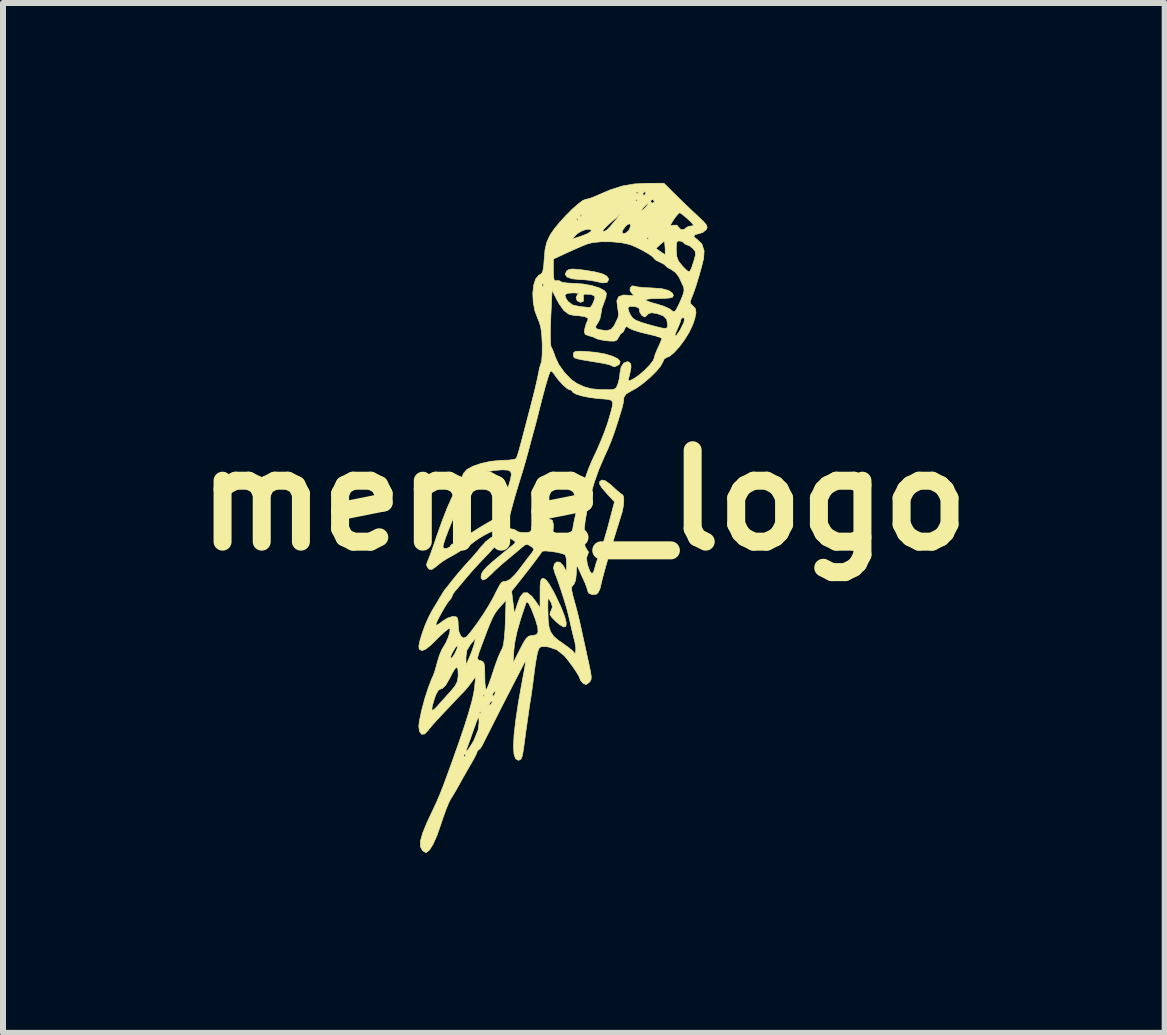
<source format=kicad_pcb>
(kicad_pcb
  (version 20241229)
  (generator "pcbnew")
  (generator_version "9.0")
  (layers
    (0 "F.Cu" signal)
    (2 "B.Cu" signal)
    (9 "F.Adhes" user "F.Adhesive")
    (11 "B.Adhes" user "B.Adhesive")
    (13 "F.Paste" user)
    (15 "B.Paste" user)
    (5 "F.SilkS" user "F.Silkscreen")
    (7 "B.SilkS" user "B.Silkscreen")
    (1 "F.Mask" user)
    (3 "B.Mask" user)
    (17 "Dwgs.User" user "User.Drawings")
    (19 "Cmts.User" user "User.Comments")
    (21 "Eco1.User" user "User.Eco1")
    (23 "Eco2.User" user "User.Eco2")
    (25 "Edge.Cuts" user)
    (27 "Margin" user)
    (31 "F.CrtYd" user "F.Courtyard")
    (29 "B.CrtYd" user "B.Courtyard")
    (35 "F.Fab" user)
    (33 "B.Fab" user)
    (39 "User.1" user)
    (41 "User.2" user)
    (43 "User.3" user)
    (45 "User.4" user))
  (footprint "meme_logo"
    (layer "F.Cu")
    (at 6.684 5.291)
    (property "Reference" "meme_logo" (at 0 0 0) (layer "F.SilkS") (effects (font (size 1.524 1.524) (thickness 0.3))))
    (attr through_hole)
    (fp_poly (pts (xy -0.098 -3.85) (xy 0 -3.838) (xy 0.181 -3.809) (xy 0.305 -3.777) (xy 0.379 -3.74) (xy 0.411 -3.696) (xy 0.413 -3.679) (xy 0.387 -3.633) (xy 0.312 -3.624) (xy 0.191 -3.651) (xy 0.114 -3.666) (xy 0.004 -3.677) (xy -0.068 -3.68) (xy -0.197 -3.693) (xy -0.28 -3.723) (xy -0.312 -3.768) (xy -0.286 -3.823) (xy -0.283 -3.826) (xy -0.248 -3.848) (xy -0.191 -3.856) (xy -0.098 -3.85)) (stroke (width 0.01) (type solid)) (fill yes) (layer "F.SilkS"))
    (fp_poly (pts (xy 0.016 -2.483) (xy 0.195 -2.467) (xy 0.351 -2.44) (xy 0.476 -2.403) (xy 0.563 -2.361) (xy 0.605 -2.316) (xy 0.593 -2.271) (xy 0.572 -2.254) (xy 0.512 -2.225) (xy 0.472 -2.238) (xy 0.466 -2.244) (xy 0.425 -2.26) (xy 0.342 -2.28) (xy 0.262 -2.294) (xy 0.089 -2.322) (xy -0.031 -2.342) (xy -0.108 -2.359) (xy -0.151 -2.374) (xy -0.17 -2.391) (xy -0.174 -2.413) (xy -0.175 -2.429) (xy -0.168 -2.464) (xy -0.14 -2.482) (xy -0.075 -2.486) (xy 0.016 -2.483)) (stroke (width 0.01) (type solid)) (fill yes) (layer "F.SilkS"))
    (fp_poly (pts (xy 1.533 -5.089) (xy 1.652 -4.973) (xy 1.781 -4.849) (xy 1.895 -4.743) (xy 1.905 -4.733) (xy 1.995 -4.648) (xy 2.043 -4.591) (xy 2.056 -4.551) (xy 2.045 -4.518) (xy 1.987 -4.468) (xy 1.934 -4.45) (xy 1.853 -4.429) (xy 1.833 -4.397) (xy 1.876 -4.357) (xy 1.887 -4.351) (xy 1.968 -4.274) (xy 2.005 -4.159) (xy 1.997 -4.032) (xy 1.964 -3.898) (xy 1.92 -3.741) (xy 1.872 -3.584) (xy 1.827 -3.453) (xy 1.805 -3.397) (xy 1.776 -3.322) (xy 1.777 -3.281) (xy 1.809 -3.249) (xy 1.815 -3.245) (xy 1.859 -3.196) (xy 1.87 -3.126) (xy 1.848 -3.022) (xy 1.814 -2.925) (xy 1.756 -2.802) (xy 1.678 -2.675) (xy 1.59 -2.557) (xy 1.502 -2.461) (xy 1.425 -2.398) (xy 1.377 -2.381) (xy 1.338 -2.354) (xy 1.315 -2.303) (xy 1.277 -2.234) (xy 1.2 -2.143) (xy 1.098 -2.043) (xy 0.984 -1.947) (xy 0.874 -1.869) (xy 0.801 -1.829) (xy 0.706 -1.774) (xy 0.668 -1.719) (xy 0.667 -1.704) (xy 0.658 -1.627) (xy 0.638 -1.542) (xy 0.57 -1.32) (xy 0.512 -1.143) (xy 0.458 -0.995) (xy 0.402 -0.858) (xy 0.337 -0.717) (xy 0.336 -0.714) (xy 0.25 -0.514) (xy 0.174 -0.299) (xy 0.109 -0.077) (xy 0.058 0.141) (xy 0.022 0.345) (xy 0.003 0.525) (xy 0.003 0.672) (xy 0.023 0.776) (xy 0.046 0.813) (xy 0.079 0.865) (xy 0.063 0.906) (xy 0.044 0.96) (xy 0.056 1.051) (xy 0.062 1.076) (xy 0.097 1.177) (xy 0.13 1.22) (xy 0.159 1.203) (xy 0.176 1.152) (xy 0.203 1.053) (xy 0.227 0.984) (xy 0.279 0.848) (xy 0.332 0.682) (xy 0.393 0.472) (xy 0.428 0.339) (xy 0.511 0.026) (xy 0.383 -0.113) (xy 0.299 -0.21) (xy 0.261 -0.274) (xy 0.265 -0.314) (xy 0.302 -0.338) (xy 0.354 -0.327) (xy 0.434 -0.271) (xy 0.484 -0.226) (xy 0.56 -0.156) (xy 0.619 -0.108) (xy 0.643 -0.095) (xy 0.66 -0.068) (xy 0.666 0.002) (xy 0.659 0.094) (xy 0.641 0.187) (xy 0.636 0.204) (xy 0.526 0.559) (xy 0.436 0.857) (xy 0.365 1.101) (xy 0.313 1.292) (xy 0.278 1.435) (xy 0.272 1.465) (xy 0.242 1.534) (xy 0.207 1.567) (xy 0.137 1.573) (xy 0.081 1.547) (xy 0.064 1.511) (xy 0.051 1.46) (xy 0.02 1.378) (xy 0.006 1.347) (xy -0.04 1.248) (xy -0.08 1.159) (xy -0.087 1.143) (xy -0.108 1.102) (xy -0.119 1.106) (xy -0.124 1.162) (xy -0.125 1.219) (xy -0.137 1.334) (xy -0.167 1.403) (xy -0.174 1.409) (xy -0.194 1.429) (xy -0.204 1.455) (xy -0.202 1.501) (xy -0.186 1.577) (xy -0.154 1.695) (xy -0.127 1.794) (xy -0.103 1.886) (xy -0.072 2.015) (xy -0.04 2.157) (xy -0.033 2.191) (xy 0.004 2.36) (xy 0.045 2.549) (xy 0.082 2.718) (xy 0.083 2.723) (xy 0.11 2.852) (xy 0.123 2.934) (xy 0.121 2.984) (xy 0.105 3.018) (xy 0.088 3.037) (xy 0.039 3.072) (xy -0.006 3.056) (xy -0.014 3.049) (xy -0.055 3.002) (xy -0.064 2.978) (xy -0.081 2.934) (xy -0.128 2.857) (xy -0.191 2.765) (xy -0.259 2.673) (xy -0.32 2.599) (xy -0.335 2.584) (xy -0.451 2.492) (xy -0.582 2.447) (xy -0.633 2.44) (xy -0.709 2.439) (xy -0.747 2.467) (xy -0.769 2.524) (xy -0.786 2.602) (xy -0.806 2.719) (xy -0.825 2.853) (xy -0.827 2.873) (xy -0.846 3.023) (xy -0.867 3.176) (xy -0.885 3.299) (xy -0.886 3.302) (xy -0.906 3.429) (xy -0.929 3.592) (xy -0.959 3.799) (xy -0.994 4.059) (xy -1.008 4.159) (xy -1.026 4.261) (xy -1.048 4.315) (xy -1.081 4.333) (xy -1.095 4.334) (xy -1.139 4.308) (xy -1.165 4.229) (xy -1.173 4.095) (xy -1.163 3.906) (xy -1.135 3.661) (xy -1.089 3.357) (xy -1.024 2.995) (xy -0.99 2.817) (xy -0.976 2.732) (xy -0.971 2.683) (xy -0.973 2.677) (xy -0.99 2.707) (xy -1.031 2.785) (xy -1.091 2.902) (xy -1.167 3.049) (xy -1.254 3.218) (xy -1.347 3.4) (xy -1.442 3.587) (xy -1.534 3.769) (xy -1.619 3.937) (xy -1.693 4.084) (xy -1.695 4.088) (xy -1.73 4.142) (xy -1.754 4.159) (xy -1.778 4.183) (xy -1.778 4.19) (xy -1.793 4.231) (xy -1.833 4.309) (xy -1.878 4.388) (xy -1.953 4.517) (xy -2.034 4.659) (xy -2.073 4.731) (xy -2.134 4.839) (xy -2.191 4.935) (xy -2.223 4.985) (xy -2.254 5.047) (xy -2.298 5.155) (xy -2.346 5.289) (xy -2.382 5.397) (xy -2.448 5.587) (xy -2.513 5.733) (xy -2.573 5.83) (xy -2.625 5.872) (xy -2.634 5.874) (xy -2.671 5.854) (xy -2.692 5.836) (xy -2.725 5.774) (xy -2.724 5.68) (xy -2.688 5.55) (xy -2.617 5.377) (xy -2.576 5.289) (xy -2.508 5.145) (xy -2.45 5.019) (xy -2.397 4.895) (xy -2.343 4.757) (xy -2.281 4.59) (xy -2.205 4.381) (xy -2.16 4.255) (xy -2 4.255) (xy -1.989 4.281) (xy -1.979 4.276) (xy -1.975 4.238) (xy -1.979 4.233) (xy -1.998 4.238) (xy -2 4.255) (xy -2.16 4.255) (xy -2.136 4.186) (xy -1.964 4.186) (xy -1.949 4.18) (xy -1.914 4.134) (xy -1.863 4.055) (xy -1.829 3.994) (xy -1.761 3.823) (xy -1.747 3.709) (xy -1.749 3.645) (xy -1.754 3.62) (xy -1.769 3.638) (xy -1.796 3.706) (xy -1.839 3.826) (xy -1.883 3.951) (xy -1.922 4.059) (xy -1.949 4.132) (xy -1.953 4.143) (xy -1.964 4.186) (xy -2.136 4.186) (xy -2.087 4.049) (xy -1.993 3.772) (xy -1.921 3.544) (xy -1.92 3.54) (xy -1.746 3.54) (xy -1.73 3.556) (xy -1.714 3.54) (xy -1.73 3.524) (xy -1.746 3.54) (xy -1.92 3.54) (xy -1.887 3.425) (xy -1.579 3.425) (xy -1.556 3.41) (xy -1.552 3.406) (xy -1.527 3.364) (xy -1.53 3.349) (xy -1.554 3.358) (xy -1.57 3.388) (xy -1.579 3.425) (xy -1.887 3.425) (xy -1.869 3.361) (xy -1.844 3.254) (xy -1.683 3.254) (xy -1.667 3.27) (xy -1.651 3.254) (xy -1.665 3.24) (xy -1.524 3.24) (xy -1.514 3.269) (xy -1.49 3.244) (xy -1.48 3.221) (xy -1.478 3.188) (xy -1.493 3.191) (xy -1.523 3.232) (xy -1.524 3.24) (xy -1.665 3.24) (xy -1.667 3.239) (xy -1.683 3.254) (xy -1.844 3.254) (xy -1.837 3.22) (xy -1.824 3.14) (xy -1.803 2.937) (xy -1.884 3.048) (xy -1.943 3.125) (xy -1.991 3.181) (xy -2.001 3.191) (xy -2.049 3.239) (xy -2.089 3.281) (xy -2.135 3.33) (xy -2.211 3.411) (xy -2.304 3.509) (xy -2.344 3.551) (xy -2.44 3.654) (xy -2.524 3.747) (xy -2.581 3.816) (xy -2.594 3.834) (xy -2.654 3.896) (xy -2.705 3.901) (xy -2.74 3.856) (xy -2.752 3.767) (xy -2.743 3.687) (xy -2.705 3.504) (xy -2.7 3.488) (xy -2.535 3.488) (xy -2.518 3.502) (xy -2.473 3.465) (xy -2.44 3.429) (xy -2.359 3.338) (xy -2.264 3.233) (xy -2.218 3.182) (xy -2.145 3.093) (xy -2.108 3.018) (xy -2.096 2.932) (xy -2.095 2.902) (xy -2.1 2.816) (xy -2.116 2.783) (xy -2.147 2.805) (xy -2.195 2.885) (xy -2.237 2.968) (xy -2.304 3.084) (xy -2.361 3.139) (xy -2.38 3.143) (xy -2.425 3.166) (xy -2.467 3.241) (xy -2.489 3.3) (xy -2.525 3.422) (xy -2.535 3.488) (xy -2.7 3.488) (xy -2.653 3.31) (xy -2.594 3.127) (xy -2.536 2.975) (xy -2.511 2.921) (xy -2.49 2.865) (xy -2.462 2.771) (xy -2.443 2.699) (xy -2.418 2.618) (xy -2.223 2.618) (xy -2.211 2.636) (xy -2.195 2.619) (xy -1.966 2.619) (xy -1.964 2.746) (xy -1.919 2.645) (xy -1.771 2.645) (xy -1.754 2.664) (xy -1.717 2.675) (xy -1.714 2.676) (xy -1.682 2.691) (xy -1.663 2.725) (xy -1.654 2.79) (xy -1.651 2.901) (xy -1.651 2.94) (xy -1.648 3.052) (xy -1.64 3.129) (xy -1.629 3.159) (xy -1.625 3.158) (xy -1.604 3.114) (xy -1.57 3.028) (xy -1.532 2.916) (xy -1.529 2.905) (xy -1.472 2.735) (xy -1.464 2.715) (xy -1.18 2.715) (xy -1.064 2.484) (xy -1.004 2.369) (xy -0.959 2.3) (xy -0.92 2.266) (xy -0.875 2.255) (xy -0.855 2.254) (xy -0.793 2.242) (xy -0.764 2.2) (xy -0.768 2.121) (xy -0.804 1.997) (xy -0.821 1.95) (xy -0.875 1.809) (xy -0.915 1.725) (xy -0.944 1.694) (xy -0.964 1.711) (xy -0.965 1.714) (xy -1.054 1.98) (xy -1.116 2.198) (xy -1.153 2.379) (xy -1.166 2.492) (xy -1.18 2.715) (xy -1.464 2.715) (xy -1.425 2.608) (xy -1.38 2.509) (xy -1.355 2.461) (xy -1.34 2.404) (xy -1.326 2.3) (xy -1.315 2.164) (xy -1.309 2.032) (xy -1.298 1.667) (xy -1.404 1.785) (xy -1.447 1.836) (xy -1.484 1.889) (xy -1.52 1.955) (xy -1.56 2.045) (xy -1.61 2.168) (xy -1.673 2.337) (xy -1.702 2.413) (xy -1.746 2.533) (xy -1.768 2.606) (xy -1.771 2.645) (xy -1.919 2.645) (xy -1.908 2.619) (xy -1.866 2.514) (xy -1.833 2.415) (xy -1.828 2.397) (xy -1.805 2.302) (xy -1.886 2.397) (xy -1.95 2.502) (xy -1.966 2.619) (xy -2.195 2.619) (xy -2.179 2.602) (xy -2.142 2.537) (xy -2.112 2.468) (xy -2.105 2.425) (xy -2.107 2.423) (xy -2.128 2.438) (xy -2.163 2.488) (xy -2.198 2.551) (xy -2.22 2.604) (xy -2.223 2.618) (xy -2.418 2.618) (xy -2.409 2.587) (xy -2.368 2.49) (xy -2.345 2.451) (xy -2.299 2.374) (xy -2.26 2.284) (xy -2.235 2.2) (xy -2.231 2.144) (xy -2.236 2.135) (xy -2.265 2.147) (xy -2.326 2.197) (xy -2.409 2.274) (xy -2.447 2.312) (xy -2.561 2.423) (xy -2.643 2.486) (xy -2.701 2.506) (xy -2.74 2.485) (xy -2.747 2.476) (xy -2.75 2.424) (xy -2.73 2.33) (xy -2.693 2.21) (xy -2.645 2.078) (xy -2.589 1.951) (xy -2.532 1.842) (xy -2.529 1.837) (xy -2.465 1.732) (xy -2.409 1.637) (xy -2.379 1.587) (xy -2.341 1.525) (xy -2.318 1.492) (xy -2.291 1.46) (xy -2.239 1.394) (xy -2.192 1.333) (xy -2.104 1.225) (xy -2.002 1.107) (xy -1.948 1.047) (xy -1.857 0.947) (xy -1.768 0.843) (xy -1.724 0.788) (xy -1.636 0.69) (xy -1.549 0.622) (xy -1.473 0.589) (xy -1.42 0.594) (xy -1.397 0.643) (xy -1.397 0.649) (xy -1.418 0.689) (xy -1.475 0.76) (xy -1.557 0.853) (xy -1.611 0.91) (xy -1.727 1.031) (xy -1.845 1.16) (xy -1.945 1.274) (xy -1.968 1.302) (xy -2.046 1.396) (xy -2.111 1.473) (xy -2.151 1.518) (xy -2.151 1.518) (xy -2.185 1.568) (xy -2.191 1.587) (xy -2.211 1.631) (xy -2.232 1.657) (xy -2.272 1.708) (xy -2.324 1.79) (xy -2.378 1.884) (xy -2.427 1.975) (xy -2.46 2.047) (xy -2.468 2.082) (xy -2.468 2.083) (xy -2.437 2.074) (xy -2.378 2.034) (xy -2.357 2.017) (xy -2.273 1.964) (xy -2.19 1.937) (xy -2.178 1.937) (xy -2.128 1.942) (xy -2.104 1.969) (xy -2.096 2.034) (xy -2.095 2.084) (xy -2.083 2.191) (xy -2.05 2.265) (xy -2.005 2.297) (xy -1.955 2.275) (xy -1.954 2.274) (xy -1.874 2.179) (xy -1.776 2.047) (xy -1.674 1.896) (xy -1.58 1.746) (xy -1.506 1.614) (xy -1.501 1.603) (xy -1.457 1.516) (xy -1.205 1.516) (xy -1.157 1.889) (xy -1.11 1.736) (xy -1.061 1.608) (xy -1.005 1.543) (xy -0.942 1.541) (xy -0.868 1.6) (xy -0.808 1.678) (xy -0.73 1.793) (xy -0.73 1.547) (xy -0.729 1.422) (xy -0.721 1.348) (xy -0.706 1.312) (xy -0.679 1.302) (xy -0.673 1.302) (xy -0.633 1.324) (xy -0.579 1.395) (xy -0.508 1.518) (xy -0.467 1.598) (xy -0.377 1.79) (xy -0.319 1.939) (xy -0.293 2.044) (xy -0.299 2.102) (xy -0.338 2.112) (xy -0.409 2.07) (xy -0.468 2.019) (xy -0.537 1.949) (xy -0.565 1.903) (xy -0.559 1.863) (xy -0.547 1.842) (xy -0.524 1.782) (xy -0.539 1.719) (xy -0.554 1.69) (xy -0.58 1.646) (xy -0.594 1.639) (xy -0.599 1.679) (xy -0.6 1.773) (xy -0.6 1.794) (xy -0.596 1.971) (xy -0.583 2.099) (xy -0.555 2.191) (xy -0.506 2.264) (xy -0.431 2.33) (xy -0.357 2.381) (xy -0.261 2.45) (xy -0.189 2.509) (xy -0.156 2.547) (xy -0.155 2.551) (xy -0.146 2.556) (xy -0.136 2.527) (xy -0.134 2.456) (xy -0.149 2.364) (xy -0.153 2.352) (xy -0.178 2.253) (xy -0.208 2.129) (xy -0.222 2.064) (xy -0.249 1.946) (xy -0.276 1.839) (xy -0.288 1.794) (xy -0.334 1.643) (xy -0.382 1.493) (xy -0.427 1.36) (xy -0.464 1.26) (xy -0.481 1.219) (xy -0.506 1.13) (xy -0.492 1.063) (xy -0.452 1.027) (xy -0.398 1.033) (xy -0.343 1.091) (xy -0.337 1.101) (xy -0.288 1.191) (xy -0.287 1.058) (xy -0.293 0.971) (xy -0.308 0.914) (xy -0.315 0.906) (xy -0.373 0.885) (xy -0.461 0.865) (xy -0.558 0.851) (xy -0.642 0.844) (xy -0.692 0.849) (xy -0.696 0.853) (xy -0.758 0.941) (xy -0.857 1.073) (xy -0.991 1.245) (xy -1.023 1.286) (xy -1.205 1.516) (xy -1.457 1.516) (xy -1.441 1.485) (xy -1.402 1.411) (xy -1.374 1.372) (xy -1.348 1.356) (xy -1.315 1.351) (xy -1.294 1.35) (xy -1.228 1.318) (xy -1.14 1.23) (xy -1.069 1.141) (xy -0.99 1.036) (xy -0.92 0.944) (xy -0.872 0.882) (xy -0.867 0.876) (xy -0.835 0.826) (xy -0.85 0.792) (xy -0.875 0.773) (xy -0.934 0.737) (xy -0.978 0.742) (xy -1.034 0.786) (xy -1.09 0.834) (xy -1.176 0.906) (xy -1.27 0.984) (xy -1.376 1.074) (xy -1.477 1.165) (xy -1.542 1.23) (xy -1.627 1.307) (xy -1.684 1.33) (xy -1.712 1.298) (xy -1.714 1.269) (xy -1.706 1.224) (xy -1.675 1.174) (xy -1.616 1.109) (xy -1.519 1.022) (xy -1.397 0.921) (xy -1.302 0.842) (xy -1.22 0.775) (xy -1.169 0.733) (xy -1.144 0.705) (xy -1.153 0.68) (xy -1.205 0.648) (xy -1.224 0.638) (xy -0.795 0.638) (xy -0.787 0.644) (xy -0.725 0.644) (xy -0.699 0.596) (xy -0.699 0.588) (xy -0.674 0.538) (xy -0.659 0.529) (xy -0.641 0.514) (xy -0.654 0.511) (xy -0.702 0.525) (xy -0.753 0.562) (xy -0.79 0.606) (xy -0.795 0.638) (xy -1.224 0.638) (xy -1.279 0.612) (xy -1.372 0.565) (xy -1.44 0.524) (xy -1.463 0.504) (xy -1.496 0.505) (xy -1.566 0.533) (xy -1.656 0.579) (xy -1.75 0.635) (xy -1.832 0.692) (xy -1.868 0.722) (xy -1.917 0.756) (xy -1.937 0.762) (xy -1.98 0.782) (xy -2.006 0.803) (xy -2.058 0.842) (xy -2.142 0.895) (xy -2.191 0.923) (xy -2.284 0.974) (xy -2.347 1.013) (xy -2.406 1.057) (xy -2.474 1.113) (xy -2.533 1.153) (xy -2.572 1.152) (xy -2.597 1.132) (xy -2.625 1.077) (xy -2.608 1.024) (xy -2.585 0.97) (xy -2.547 0.87) (xy -2.516 0.783) (xy -2.349 0.783) (xy -2.324 0.806) (xy -2.286 0.803) (xy -2.235 0.778) (xy -2.223 0.758) (xy -2.198 0.731) (xy -2.192 0.73) (xy -2.154 0.714) (xy -2.076 0.669) (xy -1.97 0.604) (xy -1.881 0.546) (xy -1.753 0.465) (xy -1.719 0.444) (xy -1.266 0.444) (xy -1.245 0.472) (xy -1.212 0.476) (xy -1.15 0.49) (xy -1.127 0.508) (xy -1.089 0.528) (xy -1.02 0.538) (xy -0.948 0.538) (xy -0.898 0.527) (xy -0.889 0.516) (xy -0.863 0.484) (xy -0.8 0.437) (xy -0.717 0.386) (xy -0.635 0.343) (xy -0.572 0.319) (xy -0.56 0.318) (xy -0.525 0.334) (xy -0.51 0.393) (xy -0.508 0.443) (xy -0.515 0.527) (xy -0.534 0.581) (xy -0.54 0.587) (xy -0.57 0.627) (xy -0.539 0.667) (xy -0.484 0.693) (xy -0.373 0.724) (xy -0.305 0.719) (xy -0.286 0.687) (xy -0.263 0.63) (xy -0.241 0.606) (xy -0.208 0.551) (xy -0.183 0.466) (xy -0.181 0.451) (xy -0.16 0.335) (xy -0.133 0.222) (xy -0.108 0.131) (xy -0.075 0.008) (xy -0.049 -0.095) (xy -0.005 -0.27) (xy 0.036 -0.407) (xy 0.08 -0.53) (xy 0.136 -0.662) (xy 0.207 -0.813) (xy 0.275 -0.968) (xy 0.341 -1.131) (xy 0.393 -1.276) (xy 0.407 -1.321) (xy 0.451 -1.473) (xy 0.477 -1.575) (xy 0.48 -1.636) (xy 0.456 -1.668) (xy 0.401 -1.683) (xy 0.309 -1.691) (xy 0.26 -1.694) (xy 0.101 -1.713) (xy -0.034 -1.74) (xy -0.133 -1.771) (xy -0.185 -1.803) (xy -0.191 -1.816) (xy -0.216 -1.839) (xy -0.235 -1.841) (xy -0.281 -1.865) (xy -0.348 -1.924) (xy -0.421 -2.003) (xy -0.484 -2.086) (xy -0.503 -2.117) (xy -0.538 -2.153) (xy -0.558 -2.151) (xy -0.576 -2.111) (xy -0.605 -2.021) (xy -0.643 -1.892) (xy -0.685 -1.735) (xy -0.73 -1.561) (xy -0.763 -1.429) (xy -0.792 -1.315) (xy -0.821 -1.206) (xy -0.845 -1.12) (xy -0.878 -0.998) (xy -0.913 -0.865) (xy -0.916 -0.857) (xy -0.954 -0.715) (xy -0.995 -0.571) (xy -1.028 -0.46) (xy -1.089 -0.264) (xy -1.146 -0.072) (xy -1.195 0.103) (xy -1.234 0.247) (xy -1.257 0.349) (xy -1.262 0.373) (xy -1.266 0.444) (xy -1.719 0.444) (xy -1.634 0.393) (xy -1.541 0.34) (xy -1.502 0.322) (xy -1.434 0.281) (xy -1.391 0.214) (xy -1.365 0.133) (xy -1.332 0.016) (xy -1.291 -0.123) (xy -1.266 -0.204) (xy -1.225 -0.341) (xy -1.208 -0.429) (xy -1.219 -0.479) (xy -1.262 -0.502) (xy -1.341 -0.508) (xy -1.367 -0.508) (xy -1.499 -0.497) (xy -1.64 -0.469) (xy -1.689 -0.455) (xy -1.851 -0.402) (xy -2.024 -0.038) (xy -2.111 0.151) (xy -2.19 0.333) (xy -2.258 0.499) (xy -2.31 0.637) (xy -2.342 0.738) (xy -2.349 0.783) (xy -2.516 0.783) (xy -2.501 0.74) (xy -2.46 0.618) (xy -2.365 0.349) (xy -2.275 0.119) (xy -2.179 -0.094) (xy -2.073 -0.302) (xy -2.035 -0.381) (xy -2.006 -0.449) (xy -1.952 -0.511) (xy -1.849 -0.568) (xy -1.71 -0.616) (xy -1.55 -0.65) (xy -1.382 -0.666) (xy -1.346 -0.667) (xy -1.239 -0.671) (xy -1.159 -0.684) (xy -1.127 -0.698) (xy -1.109 -0.744) (xy -1.082 -0.831) (xy -1.06 -0.912) (xy -1.033 -1.013) (xy -0.995 -1.157) (xy -0.951 -1.326) (xy -0.905 -1.502) (xy -0.899 -1.524) (xy -0.855 -1.695) (xy -0.814 -1.858) (xy -0.782 -1.996) (xy -0.762 -2.092) (xy -0.76 -2.103) (xy -0.74 -2.2) (xy -0.719 -2.273) (xy -0.711 -2.291) (xy -0.702 -2.338) (xy -0.695 -2.431) (xy -0.694 -2.555) (xy -0.694 -2.612) (xy -0.701 -2.74) (xy -0.559 -2.74) (xy -0.556 -2.631) (xy -0.549 -2.569) (xy -0.546 -2.56) (xy -0.52 -2.509) (xy -0.488 -2.424) (xy -0.478 -2.393) (xy -0.417 -2.262) (xy -0.321 -2.128) (xy -0.209 -2.012) (xy -0.113 -1.946) (xy 0.009 -1.891) (xy 0.127 -1.859) (xy 0.269 -1.846) (xy 0.338 -1.844) (xy 0.446 -1.844) (xy 0.508 -1.853) (xy 0.541 -1.879) (xy 0.564 -1.928) (xy 0.568 -1.941) (xy 0.594 -2.04) (xy 0.603 -2.126) (xy 0.621 -2.221) (xy 0.665 -2.288) (xy 0.723 -2.311) (xy 0.745 -2.307) (xy 0.781 -2.279) (xy 0.787 -2.222) (xy 0.779 -2.172) (xy 0.76 -2.083) (xy 0.742 -2.016) (xy 0.74 -2.012) (xy 0.741 -1.989) (xy 0.779 -1.999) (xy 0.835 -2.029) (xy 0.922 -2.088) (xy 1.013 -2.167) (xy 1.095 -2.252) (xy 1.154 -2.327) (xy 1.174 -2.375) (xy 1.187 -2.427) (xy 1.221 -2.51) (xy 1.238 -2.547) (xy 1.276 -2.63) (xy 1.299 -2.688) (xy 1.302 -2.7) (xy 1.273 -2.716) (xy 1.214 -2.735) (xy 1.52 -2.735) (xy 1.545 -2.751) (xy 1.592 -2.818) (xy 1.613 -2.854) (xy 1.667 -2.963) (xy 1.68 -3.026) (xy 1.653 -3.048) (xy 1.651 -3.048) (xy 1.62 -3.024) (xy 1.619 -3.015) (xy 1.606 -2.967) (xy 1.574 -2.889) (xy 1.559 -2.856) (xy 1.523 -2.77) (xy 1.52 -2.735) (xy 1.214 -2.735) (xy 1.197 -2.74) (xy 1.087 -2.767) (xy 1.047 -2.776) (xy 0.923 -2.807) (xy 0.819 -2.841) (xy 0.755 -2.87) (xy 0.748 -2.876) (xy 0.71 -2.902) (xy 0.688 -2.873) (xy 0.683 -2.858) (xy 0.656 -2.806) (xy 0.638 -2.794) (xy 0.608 -2.768) (xy 0.579 -2.718) (xy 0.551 -2.673) (xy 0.51 -2.654) (xy 0.435 -2.655) (xy 0.391 -2.659) (xy 0.295 -2.673) (xy 0.224 -2.69) (xy 0.206 -2.699) (xy 0.154 -2.723) (xy 0.085 -2.743) (xy 0.025 -2.764) (xy 0.008 -2.803) (xy 0.017 -2.867) (xy 0.041 -2.949) (xy 0.068 -3.004) (xy 0.068 -3.004) (xy 0.067 -3.038) (xy 0.012 -3.063) (xy -0.087 -3.077) (xy -0.146 -3.079) (xy -0.245 -3.099) (xy -0.331 -3.162) (xy -0.412 -3.275) (xy -0.451 -3.346) (xy -0.488 -3.42) (xy -0.315 -3.42) (xy -0.296 -3.361) (xy -0.261 -3.312) (xy -0.186 -3.256) (xy -0.066 -3.23) (xy -0.064 -3.23) (xy 0.027 -3.221) (xy 0.087 -3.214) (xy 0.098 -3.212) (xy 0.123 -3.233) (xy 0.154 -3.288) (xy 0.184 -3.368) (xy 0.176 -3.41) (xy 0.12 -3.43) (xy 0.085 -3.434) (xy 0.015 -3.438) (xy -0.01 -3.419) (xy -0.006 -3.374) (xy -0.008 -3.319) (xy -0.052 -3.302) (xy -0.06 -3.302) (xy -0.111 -3.326) (xy -0.129 -3.377) (xy -0.108 -3.427) (xy -0.087 -3.44) (xy -0.09 -3.45) (xy -0.144 -3.457) (xy -0.183 -3.458) (xy -0.278 -3.451) (xy -0.315 -3.42) (xy -0.488 -3.42) (xy -0.53 -3.501) (xy -0.551 -3.049) (xy -0.557 -2.884) (xy -0.559 -2.74) (xy -0.701 -2.74) (xy -0.703 -2.778) (xy -0.721 -2.9) (xy -0.753 -2.996) (xy -0.767 -3.025) (xy -0.816 -3.157) (xy -0.844 -3.304) (xy -0.851 -3.451) (xy -0.837 -3.585) (xy -0.836 -3.588) (xy -0.699 -3.588) (xy -0.687 -3.562) (xy -0.677 -3.567) (xy -0.674 -3.604) (xy -0.677 -3.609) (xy -0.696 -3.605) (xy -0.699 -3.588) (xy -0.836 -3.588) (xy -0.803 -3.691) (xy -0.75 -3.754) (xy -0.732 -3.762) (xy -0.702 -3.782) (xy -0.682 -3.829) (xy -0.669 -3.914) (xy -0.661 -4.022) (xy -0.508 -4.022) (xy -0.508 -3.833) (xy -0.505 -3.727) (xy -0.495 -3.673) (xy -0.473 -3.659) (xy -0.461 -3.662) (xy -0.41 -3.662) (xy -0.396 -3.65) (xy -0.357 -3.634) (xy -0.273 -3.622) (xy -0.165 -3.617) (xy -0.009 -3.606) (xy 0.136 -3.579) (xy 0.258 -3.541) (xy 0.342 -3.496) (xy 0.375 -3.453) (xy 0.369 -3.388) (xy 0.339 -3.304) (xy 0.336 -3.297) (xy 0.301 -3.202) (xy 0.286 -3.114) (xy 0.286 -3.113) (xy 0.268 -3.023) (xy 0.239 -2.967) (xy 0.198 -2.902) (xy 0.203 -2.866) (xy 0.246 -2.848) (xy 0.37 -2.828) (xy 0.453 -2.848) (xy 0.505 -2.91) (xy 0.506 -2.913) (xy 0.544 -2.992) (xy 0.57 -3.047) (xy 0.578 -3.107) (xy 0.567 -3.194) (xy 0.564 -3.207) (xy 0.735 -3.207) (xy 0.751 -3.145) (xy 0.777 -3.091) (xy 0.812 -3.041) (xy 0.865 -3.003) (xy 0.952 -2.968) (xy 1.071 -2.932) (xy 1.215 -2.893) (xy 1.309 -2.871) (xy 1.363 -2.866) (xy 1.389 -2.878) (xy 1.396 -2.907) (xy 1.397 -2.929) (xy 1.38 -3.019) (xy 1.324 -3.076) (xy 1.219 -3.113) (xy 1.131 -3.127) (xy 1.08 -3.114) (xy 1.057 -3.09) (xy 1.017 -3.056) (xy 0.971 -3.078) (xy 0.969 -3.079) (xy 0.932 -3.136) (xy 0.928 -3.171) (xy 0.914 -3.211) (xy 0.848 -3.231) (xy 0.833 -3.233) (xy 0.761 -3.233) (xy 0.735 -3.207) (xy 0.564 -3.207) (xy 0.563 -3.214) (xy 0.55 -3.327) (xy 0.582 -3.396) (xy 0.661 -3.423) (xy 0.739 -3.419) (xy 0.814 -3.411) (xy 0.834 -3.418) (xy 0.808 -3.442) (xy 0.807 -3.443) (xy 0.77 -3.494) (xy 0.773 -3.545) (xy 0.807 -3.575) (xy 0.85 -3.569) (xy 0.908 -3.556) (xy 1.009 -3.546) (xy 1.127 -3.541) (xy 1.297 -3.529) (xy 1.416 -3.497) (xy 1.481 -3.449) (xy 1.492 -3.412) (xy 1.479 -3.387) (xy 1.432 -3.373) (xy 1.339 -3.366) (xy 1.252 -3.365) (xy 1.141 -3.362) (xy 1.061 -3.354) (xy 1.028 -3.342) (xy 1.029 -3.339) (xy 1.066 -3.318) (xy 1.146 -3.291) (xy 1.22 -3.271) (xy 1.329 -3.237) (xy 1.419 -3.197) (xy 1.455 -3.173) (xy 1.489 -3.146) (xy 1.515 -3.148) (xy 1.544 -3.186) (xy 1.586 -3.27) (xy 1.603 -3.307) (xy 1.65 -3.418) (xy 1.67 -3.491) (xy 1.666 -3.546) (xy 1.655 -3.574) (xy 1.612 -3.667) (xy 1.582 -3.73) (xy 1.526 -3.801) (xy 1.455 -3.849) (xy 1.392 -3.883) (xy 1.365 -3.909) (xy 1.365 -3.909) (xy 1.339 -3.934) (xy 1.276 -3.966) (xy 1.27 -3.969) (xy 1.205 -4.001) (xy 1.175 -4.027) (xy 1.175 -4.028) (xy 1.148 -4.06) (xy 1.08 -4.108) (xy 0.985 -4.163) (xy 0.917 -4.198) (xy 1.202 -4.198) (xy 1.275 -4.147) (xy 1.33 -4.11) (xy 1.354 -4.096) (xy 1.357 -4.124) (xy 1.356 -4.174) (xy 1.541 -4.174) (xy 1.548 -4.066) (xy 1.578 -3.988) (xy 1.642 -3.907) (xy 1.652 -3.897) (xy 1.71 -3.837) (xy 1.747 -3.811) (xy 1.774 -3.826) (xy 1.801 -3.888) (xy 1.838 -4.003) (xy 1.84 -4.011) (xy 1.862 -4.095) (xy 1.856 -4.149) (xy 1.824 -4.193) (xy 1.767 -4.24) (xy 1.728 -4.255) (xy 1.683 -4.274) (xy 1.677 -4.283) (xy 1.641 -4.312) (xy 1.603 -4.323) (xy 1.566 -4.323) (xy 1.547 -4.295) (xy 1.541 -4.225) (xy 1.541 -4.174) (xy 1.356 -4.174) (xy 1.356 -4.192) (xy 1.355 -4.207) (xy 1.349 -4.28) (xy 1.341 -4.317) (xy 1.34 -4.318) (xy 1.313 -4.299) (xy 1.266 -4.258) (xy 1.202 -4.198) (xy 0.917 -4.198) (xy 0.881 -4.216) (xy 0.783 -4.258) (xy 0.762 -4.265) (xy 0.625 -4.295) (xy 0.46 -4.31) (xy 0.291 -4.311) (xy 0.143 -4.296) (xy 0.064 -4.276) (xy -0.02 -4.243) (xy -0.137 -4.192) (xy -0.264 -4.135) (xy -0.278 -4.129) (xy -0.508 -4.022) (xy -0.661 -4.022) (xy -0.66 -4.029) (xy -0.647 -4.18) (xy -0.621 -4.293) (xy -0.595 -4.353) (xy -0.198 -4.353) (xy -0.161 -4.366) (xy 1.048 -4.366) (xy 1.064 -4.35) (xy 1.079 -4.366) (xy 1.064 -4.381) (xy 1.048 -4.366) (xy -0.161 -4.366) (xy -0.036 -4.407) (xy 0.054 -4.443) (xy 0.104 -4.472) (xy 0.635 -4.472) (xy 0.654 -4.445) (xy 0.698 -4.455) (xy 0.746 -4.496) (xy 0.755 -4.51) (xy 0.782 -4.577) (xy 0.781 -4.58) (xy 1.444 -4.58) (xy 1.467 -4.58) (xy 1.49 -4.587) (xy 1.553 -4.587) (xy 1.575 -4.558) (xy 1.617 -4.515) (xy 1.672 -4.516) (xy 1.699 -4.54) (xy 1.743 -4.566) (xy 1.788 -4.573) (xy 1.824 -4.578) (xy 1.823 -4.598) (xy 1.781 -4.644) (xy 1.739 -4.684) (xy 1.667 -4.747) (xy 1.612 -4.787) (xy 1.596 -4.794) (xy 1.565 -4.769) (xy 1.517 -4.708) (xy 1.498 -4.68) (xy 1.454 -4.61) (xy 1.444 -4.58) (xy 0.781 -4.58) (xy 0.769 -4.61) (xy 0.726 -4.598) (xy 0.696 -4.569) (xy 0.652 -4.51) (xy 0.635 -4.472) (xy 0.104 -4.472) (xy 0.113 -4.477) (xy 0.12 -4.485) (xy 0.312 -4.485) (xy 0.325 -4.477) (xy 0.374 -4.499) (xy 0.426 -4.548) (xy 0.492 -4.627) (xy 0.552 -4.699) (xy 0.619 -4.778) (xy 0.526 -4.699) (xy 0.406 -4.594) (xy 0.335 -4.523) (xy 0.312 -4.485) (xy 0.12 -4.485) (xy 0.127 -4.495) (xy 0.103 -4.519) (xy 0.044 -4.517) (xy -0.031 -4.492) (xy -0.102 -4.451) (xy -0.128 -4.428) (xy -0.198 -4.353) (xy -0.595 -4.353) (xy -0.577 -4.394) (xy -0.556 -4.433) (xy -0.493 -4.525) (xy -0.404 -4.633) (xy -0.358 -4.683) (xy -0.127 -4.683) (xy -0.111 -4.667) (xy -0.095 -4.683) (xy -0.111 -4.699) (xy -0.127 -4.683) (xy -0.358 -4.683) (xy -0.302 -4.744) (xy -0.3 -4.747) (xy -0.064 -4.747) (xy -0.048 -4.731) (xy -0.032 -4.747) (xy -0.048 -4.763) (xy -0.064 -4.747) (xy -0.3 -4.747) (xy -0.22 -4.826) (xy 0.959 -4.826) (xy 0.989 -4.847) (xy 1.032 -4.889) (xy 1.069 -4.935) (xy 1.073 -4.953) (xy 1.043 -4.932) (xy 1 -4.889) (xy 0.963 -4.844) (xy 0.959 -4.826) (xy -0.22 -4.826) (xy -0.197 -4.85) (xy -0.099 -4.937) (xy -0.02 -4.997) (xy -0.01 -5.001) (xy 0.857 -5.001) (xy 0.873 -4.985) (xy 1.111 -4.985) (xy 1.135 -4.954) (xy 1.143 -4.953) (xy 1.174 -4.977) (xy 1.175 -4.985) (xy 1.151 -5.016) (xy 1.143 -5.016) (xy 1.112 -4.992) (xy 1.111 -4.985) (xy 0.873 -4.985) (xy 0.889 -5.001) (xy 0.873 -5.016) (xy 0.857 -5.001) (xy -0.01 -5.001) (xy 0.027 -5.016) (xy 0.09 -5.03) (xy 0.179 -5.063) (xy 0.208 -5.076) (xy 0.34 -5.133) (xy 0.868 -5.133) (xy 0.872 -5.114) (xy 0.889 -5.112) (xy 0.984 -5.112) (xy 0.995 -5.081) (xy 0.998 -5.08) (xy 1.025 -5.102) (xy 1.032 -5.112) (xy 1.029 -5.141) (xy 1.018 -5.144) (xy 0.986 -5.12) (xy 0.984 -5.112) (xy 0.889 -5.112) (xy 0.915 -5.123) (xy 0.91 -5.133) (xy 0.872 -5.137) (xy 0.868 -5.133) (xy 0.34 -5.133) (xy 0.44 -5.176) (xy 0.646 -5.241) (xy 0.846 -5.275) (xy 1.041 -5.285) (xy 1.335 -5.286) (xy 1.533 -5.089)) (stroke (width 0.01) (type solid)) (fill yes) (layer "F.SilkS")))
  (gr_rect
    (start -3 -3)
    (end 16.368 14.17)
    (stroke (width 0.1) (type default))
    (fill no)
    (layer "Edge.Cuts")))
</source>
